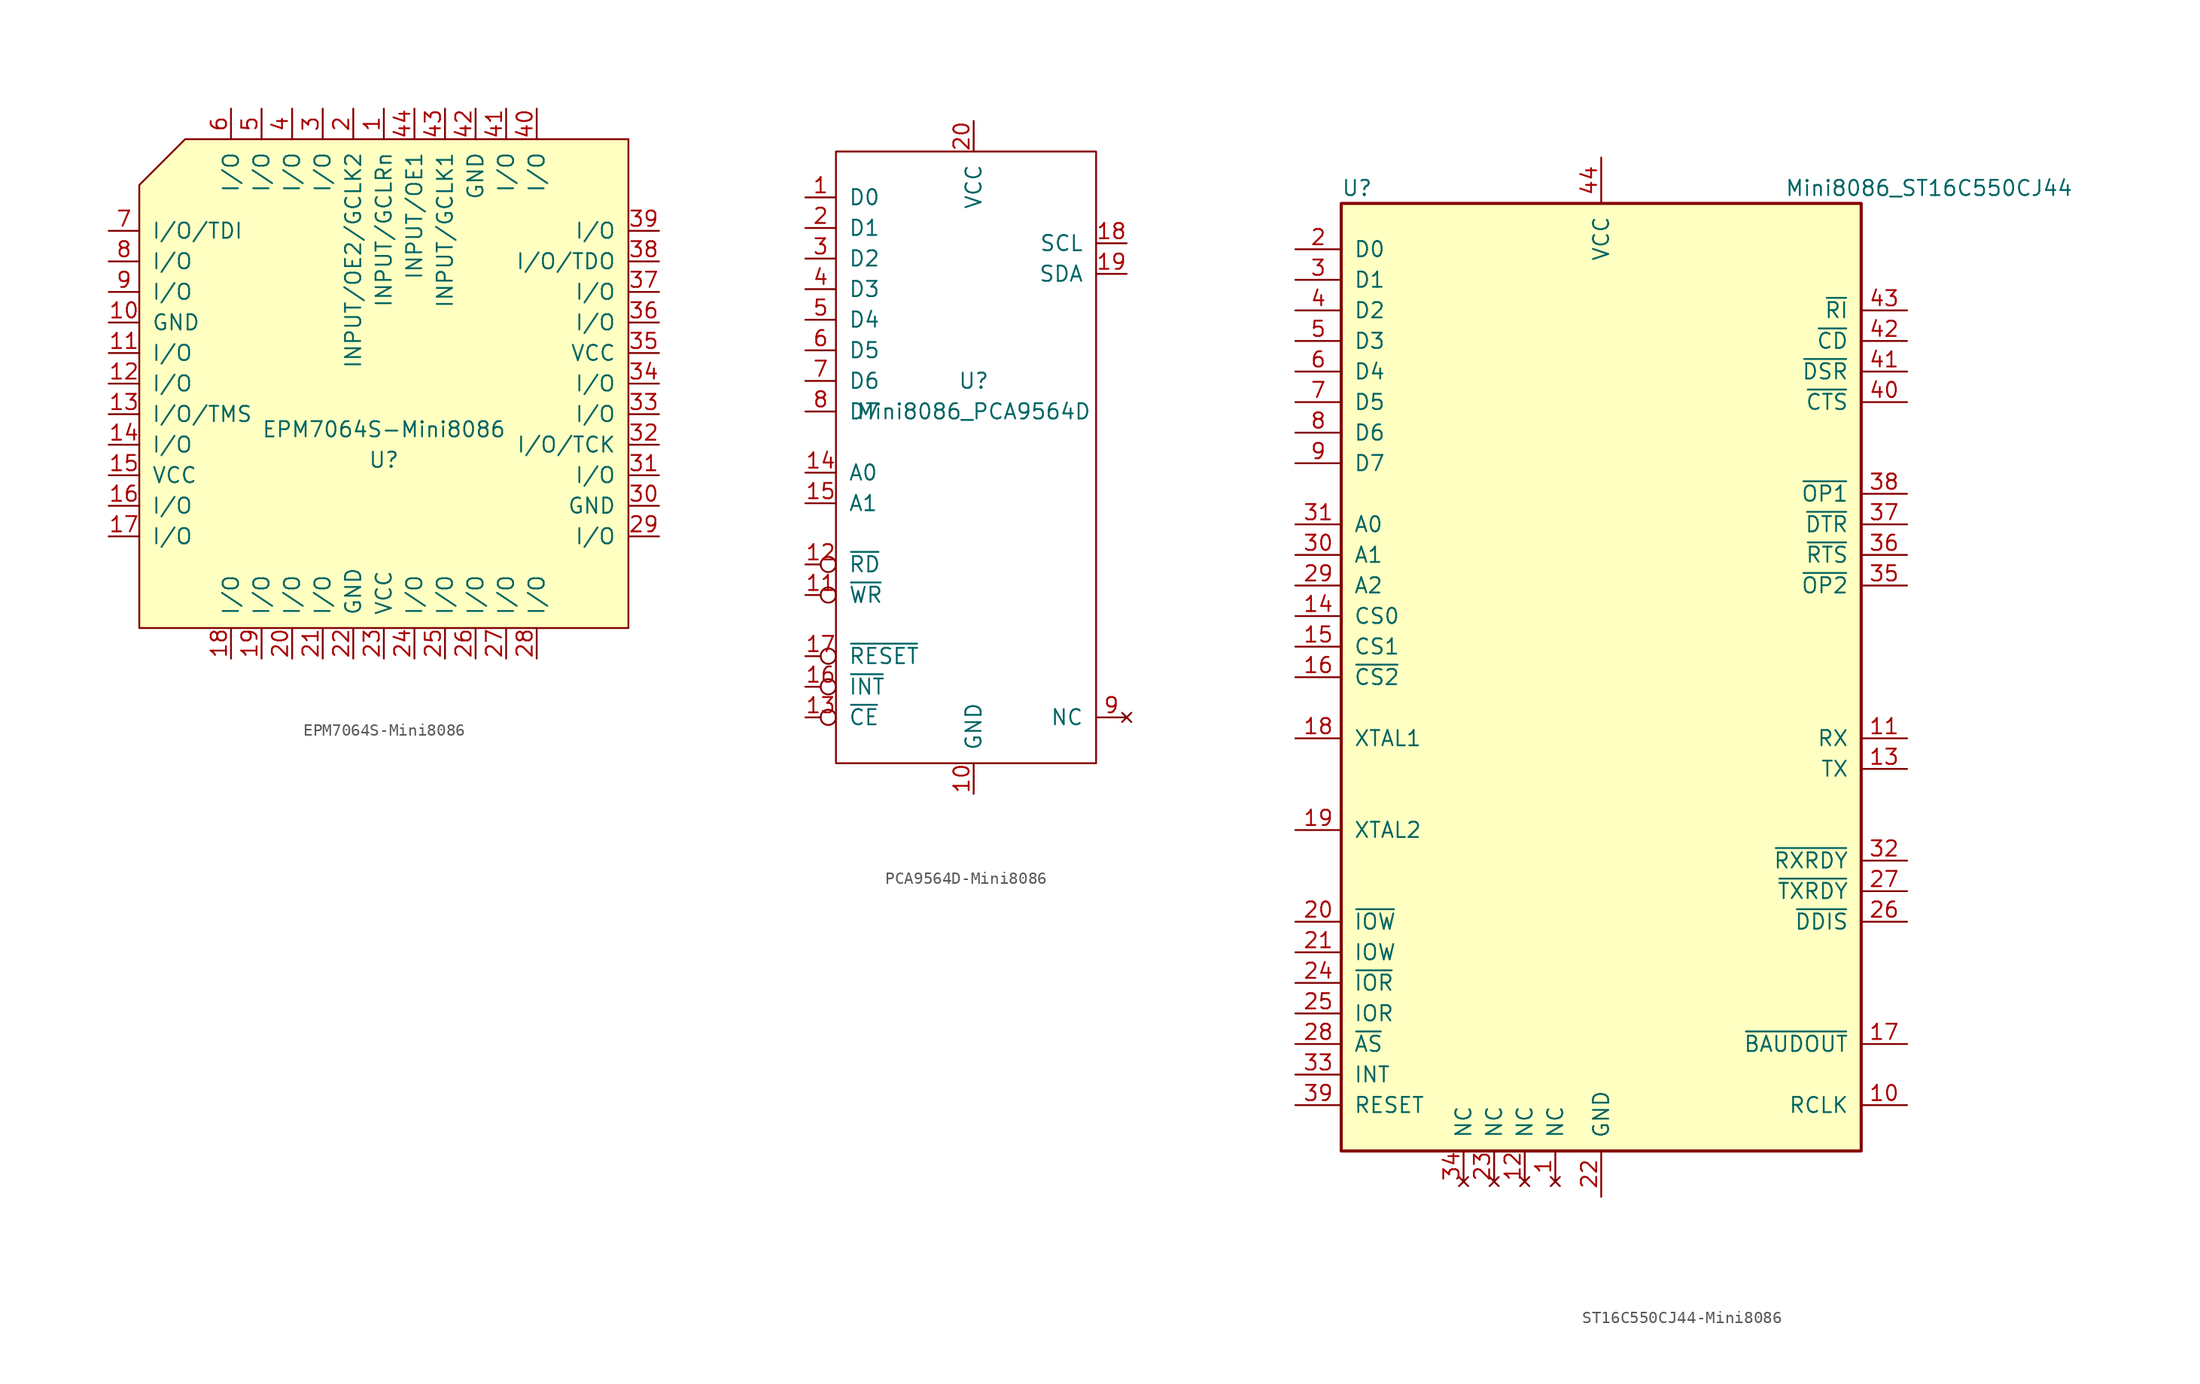
<source format=kicad_sym>
(kicad_symbol_lib
  (version 20220914)
  (generator kicad_symbol_editor)
  (symbol "EPM7064S-Mini8086"
    (pin_names
      (offset 1.016))
    (property "Reference" "U"
      (at 0 -6.35 0)
      (effects (font (size 1.27 1.27))))
    (property "Value" "EPM7064S-Mini8086"
      (at 0 -3.81 0)
      (effects (font (size 1.27 1.27))))
    (symbol "EPM7064S-Mini8086_0_1"
      (polyline (pts (xy 20.32 20.32) (xy 20.32 -20.32) (xy -20.32 -20.32) (xy -20.32 16.51) (xy -16.51 20.32) (xy 20.32 20.32)) (stroke (width 0) (type solid)) (fill (type background))))
    (symbol "EPM7064S-Mini8086_1_1"
      (pin input line (at 0 22.86 270) (length 2.54) (name "INPUT/GCLRn" (effects (font (size 1.27 1.27)))) (number "1" (effects (font (size 1.27 1.27)))))
      (pin power_in line (at -22.86 5.08 0) (length 2.54) (name "GND" (effects (font (size 1.27 1.27)))) (number "10" (effects (font (size 1.27 1.27)))))
      (pin bidirectional line (at -22.86 2.54 0) (length 2.54) (name "I/O" (effects (font (size 1.27 1.27)))) (number "11" (effects (font (size 1.27 1.27)))))
      (pin bidirectional line (at -22.86 0 0) (length 2.54) (name "I/O" (effects (font (size 1.27 1.27)))) (number "12" (effects (font (size 1.27 1.27)))))
      (pin bidirectional line (at -22.86 -2.54 0) (length 2.54) (name "I/O/TMS" (effects (font (size 1.27 1.27)))) (number "13" (effects (font (size 1.27 1.27)))))
      (pin bidirectional line (at -22.86 -5.08 0) (length 2.54) (name "I/O" (effects (font (size 1.27 1.27)))) (number "14" (effects (font (size 1.27 1.27)))))
      (pin power_in line (at -22.86 -7.62 0) (length 2.54) (name "VCC" (effects (font (size 1.27 1.27)))) (number "15" (effects (font (size 1.27 1.27)))))
      (pin bidirectional line (at -22.86 -10.16 0) (length 2.54) (name "I/O" (effects (font (size 1.27 1.27)))) (number "16" (effects (font (size 1.27 1.27)))))
      (pin bidirectional line (at -22.86 -12.7 0) (length 2.54) (name "I/O" (effects (font (size 1.27 1.27)))) (number "17" (effects (font (size 1.27 1.27)))))
      (pin input line (at -12.7 -22.86 90) (length 2.54) (name "I/O" (effects (font (size 1.27 1.27)))) (number "18" (effects (font (size 1.27 1.27)))))
      (pin input line (at -10.16 -22.86 90) (length 2.54) (name "I/O" (effects (font (size 1.27 1.27)))) (number "19" (effects (font (size 1.27 1.27)))))
      (pin input line (at -2.54 22.86 270) (length 2.54) (name "INPUT/OE2/GCLK2" (effects (font (size 1.27 1.27)))) (number "2" (effects (font (size 1.27 1.27)))))
      (pin input line (at -7.62 -22.86 90) (length 2.54) (name "I/O" (effects (font (size 1.27 1.27)))) (number "20" (effects (font (size 1.27 1.27)))))
      (pin input line (at -5.08 -22.86 90) (length 2.54) (name "I/O" (effects (font (size 1.27 1.27)))) (number "21" (effects (font (size 1.27 1.27)))))
      (pin power_in line (at -2.54 -22.86 90) (length 2.54) (name "GND" (effects (font (size 1.27 1.27)))) (number "22" (effects (font (size 1.27 1.27)))))
      (pin power_in line (at 0 -22.86 90) (length 2.54) (name "VCC" (effects (font (size 1.27 1.27)))) (number "23" (effects (font (size 1.27 1.27)))))
      (pin input line (at 2.54 -22.86 90) (length 2.54) (name "I/O" (effects (font (size 1.27 1.27)))) (number "24" (effects (font (size 1.27 1.27)))))
      (pin input line (at 5.08 -22.86 90) (length 2.54) (name "I/O" (effects (font (size 1.27 1.27)))) (number "25" (effects (font (size 1.27 1.27)))))
      (pin input line (at 7.62 -22.86 90) (length 2.54) (name "I/O" (effects (font (size 1.27 1.27)))) (number "26" (effects (font (size 1.27 1.27)))))
      (pin input line (at 10.16 -22.86 90) (length 2.54) (name "I/O" (effects (font (size 1.27 1.27)))) (number "27" (effects (font (size 1.27 1.27)))))
      (pin input line (at 12.7 -22.86 90) (length 2.54) (name "I/O" (effects (font (size 1.27 1.27)))) (number "28" (effects (font (size 1.27 1.27)))))
      (pin input line (at 22.86 -12.7 180) (length 2.54) (name "I/O" (effects (font (size 1.27 1.27)))) (number "29" (effects (font (size 1.27 1.27)))))
      (pin bidirectional line (at -5.08 22.86 270) (length 2.54) (name "I/O" (effects (font (size 1.27 1.27)))) (number "3" (effects (font (size 1.27 1.27)))))
      (pin power_in line (at 22.86 -10.16 180) (length 2.54) (name "GND" (effects (font (size 1.27 1.27)))) (number "30" (effects (font (size 1.27 1.27)))))
      (pin input line (at 22.86 -7.62 180) (length 2.54) (name "I/O" (effects (font (size 1.27 1.27)))) (number "31" (effects (font (size 1.27 1.27)))))
      (pin input line (at 22.86 -5.08 180) (length 2.54) (name "I/O/TCK" (effects (font (size 1.27 1.27)))) (number "32" (effects (font (size 1.27 1.27)))))
      (pin input line (at 22.86 -2.54 180) (length 2.54) (name "I/O" (effects (font (size 1.27 1.27)))) (number "33" (effects (font (size 1.27 1.27)))))
      (pin input line (at 22.86 0 180) (length 2.54) (name "I/O" (effects (font (size 1.27 1.27)))) (number "34" (effects (font (size 1.27 1.27)))))
      (pin power_in line (at 22.86 2.54 180) (length 2.54) (name "VCC" (effects (font (size 1.27 1.27)))) (number "35" (effects (font (size 1.27 1.27)))))
      (pin input line (at 22.86 5.08 180) (length 2.54) (name "I/O" (effects (font (size 1.27 1.27)))) (number "36" (effects (font (size 1.27 1.27)))))
      (pin input line (at 22.86 7.62 180) (length 2.54) (name "I/O" (effects (font (size 1.27 1.27)))) (number "37" (effects (font (size 1.27 1.27)))))
      (pin input line (at 22.86 10.16 180) (length 2.54) (name "I/O/TDO" (effects (font (size 1.27 1.27)))) (number "38" (effects (font (size 1.27 1.27)))))
      (pin input line (at 22.86 12.7 180) (length 2.54) (name "I/O" (effects (font (size 1.27 1.27)))) (number "39" (effects (font (size 1.27 1.27)))))
      (pin bidirectional line (at -7.62 22.86 270) (length 2.54) (name "I/O" (effects (font (size 1.27 1.27)))) (number "4" (effects (font (size 1.27 1.27)))))
      (pin input line (at 12.7 22.86 270) (length 2.54) (name "I/O" (effects (font (size 1.27 1.27)))) (number "40" (effects (font (size 1.27 1.27)))))
      (pin input line (at 10.16 22.86 270) (length 2.54) (name "I/O" (effects (font (size 1.27 1.27)))) (number "41" (effects (font (size 1.27 1.27)))))
      (pin power_in line (at 7.62 22.86 270) (length 2.54) (name "GND" (effects (font (size 1.27 1.27)))) (number "42" (effects (font (size 1.27 1.27)))))
      (pin input line (at 5.08 22.86 270) (length 2.54) (name "INPUT/GCLK1" (effects (font (size 1.27 1.27)))) (number "43" (effects (font (size 1.27 1.27)))))
      (pin input line (at 2.54 22.86 270) (length 2.54) (name "INPUT/OE1" (effects (font (size 1.27 1.27)))) (number "44" (effects (font (size 1.27 1.27)))))
      (pin bidirectional line (at -10.16 22.86 270) (length 2.54) (name "I/O" (effects (font (size 1.27 1.27)))) (number "5" (effects (font (size 1.27 1.27)))))
      (pin bidirectional line (at -12.7 22.86 270) (length 2.54) (name "I/O" (effects (font (size 1.27 1.27)))) (number "6" (effects (font (size 1.27 1.27)))))
      (pin bidirectional line (at -22.86 12.7 0) (length 2.54) (name "I/O/TDI" (effects (font (size 1.27 1.27)))) (number "7" (effects (font (size 1.27 1.27)))))
      (pin bidirectional line (at -22.86 10.16 0) (length 2.54) (name "I/O" (effects (font (size 1.27 1.27)))) (number "8" (effects (font (size 1.27 1.27)))))
      (pin bidirectional line (at -22.86 7.62 0) (length 2.54) (name "I/O" (effects (font (size 1.27 1.27)))) (number "9" (effects (font (size 1.27 1.27)))))))
  (symbol "PCA9564D-Mini8086"
    (pin_names
      (offset 1.016))
    (property "Reference" "U"
      (at 0 2.54 0)
      (effects (font (size 1.27 1.27))))
    (property "Value" "Mini8086_PCA9564D"
      (at 0 0 0)
      (effects (font (size 1.27 1.27))))
    (symbol "PCA9564D-Mini8086_0_1"
      (rectangle (start -11.43 21.59) (end 10.16 -29.21) (stroke (width 0) (type solid)) (fill (type none))))
    (symbol "PCA9564D-Mini8086_1_1"
      (pin bidirectional line (at -13.97 17.78 0) (length 2.54) (name "D0" (effects (font (size 1.27 1.27)))) (number "1" (effects (font (size 1.27 1.27)))))
      (pin power_in line (at 0 -31.75 90) (length 2.54) (name "GND" (effects (font (size 1.27 1.27)))) (number "10" (effects (font (size 1.27 1.27)))))
      (pin input inverted (at -13.97 -15.24 0) (length 2.54) (name "~{WR}" (effects (font (size 1.27 1.27)))) (number "11" (effects (font (size 1.27 1.27)))))
      (pin input inverted (at -13.97 -12.7 0) (length 2.54) (name "~{RD}" (effects (font (size 1.27 1.27)))) (number "12" (effects (font (size 1.27 1.27)))))
      (pin input inverted (at -13.97 -25.4 0) (length 2.54) (name "~{CE}" (effects (font (size 1.27 1.27)))) (number "13" (effects (font (size 1.27 1.27)))))
      (pin input line (at -13.97 -5.08 0) (length 2.54) (name "A0" (effects (font (size 1.27 1.27)))) (number "14" (effects (font (size 1.27 1.27)))))
      (pin input line (at -13.97 -7.62 0) (length 2.54) (name "A1" (effects (font (size 1.27 1.27)))) (number "15" (effects (font (size 1.27 1.27)))))
      (pin output inverted (at -13.97 -22.86 0) (length 2.54) (name "~{INT}" (effects (font (size 1.27 1.27)))) (number "16" (effects (font (size 1.27 1.27)))))
      (pin input inverted (at -13.97 -20.32 0) (length 2.54) (name "~{RESET}" (effects (font (size 1.27 1.27)))) (number "17" (effects (font (size 1.27 1.27)))))
      (pin bidirectional line (at 12.7 13.97 180) (length 2.54) (name "SCL" (effects (font (size 1.27 1.27)))) (number "18" (effects (font (size 1.27 1.27)))))
      (pin bidirectional line (at 12.7 11.43 180) (length 2.54) (name "SDA" (effects (font (size 1.27 1.27)))) (number "19" (effects (font (size 1.27 1.27)))))
      (pin bidirectional line (at -13.97 15.24 0) (length 2.54) (name "D1" (effects (font (size 1.27 1.27)))) (number "2" (effects (font (size 1.27 1.27)))))
      (pin power_in line (at 0 24.13 270) (length 2.54) (name "VCC" (effects (font (size 1.27 1.27)))) (number "20" (effects (font (size 1.27 1.27)))))
      (pin bidirectional line (at -13.97 12.7 0) (length 2.54) (name "D2" (effects (font (size 1.27 1.27)))) (number "3" (effects (font (size 1.27 1.27)))))
      (pin bidirectional line (at -13.97 10.16 0) (length 2.54) (name "D3" (effects (font (size 1.27 1.27)))) (number "4" (effects (font (size 1.27 1.27)))))
      (pin bidirectional line (at -13.97 7.62 0) (length 2.54) (name "D4" (effects (font (size 1.27 1.27)))) (number "5" (effects (font (size 1.27 1.27)))))
      (pin bidirectional line (at -13.97 5.08 0) (length 2.54) (name "D5" (effects (font (size 1.27 1.27)))) (number "6" (effects (font (size 1.27 1.27)))))
      (pin bidirectional line (at -13.97 2.54 0) (length 2.54) (name "D6" (effects (font (size 1.27 1.27)))) (number "7" (effects (font (size 1.27 1.27)))))
      (pin bidirectional line (at -13.97 0 0) (length 2.54) (name "D7" (effects (font (size 1.27 1.27)))) (number "8" (effects (font (size 1.27 1.27)))))
      (pin no_connect line (at 12.7 -25.4 180) (length 2.54) (name "NC" (effects (font (size 1.27 1.27)))) (number "9" (effects (font (size 1.27 1.27)))))))
  (symbol "ST16C550CJ44-Mini8086"
    (pin_names
      (offset 1.016))
    (property "Reference" "U"
      (at -21.59 40.64 0)
      (effects (font (size 1.27 1.27)) (justify left)))
    (property "Value" "Mini8086_ST16C550CJ44"
      (at 15.24 40.64 0)
      (effects (font (size 1.27 1.27)) (justify left)))
    (symbol "ST16C550CJ44-Mini8086_0_1"
      (rectangle (start -21.59 -39.37) (end 21.59 39.37) (stroke (width 0.254) (type solid)) (fill (type background))))
    (symbol "ST16C550CJ44-Mini8086_1_1"
      (pin no_connect line (at -3.81 -41.91 90) (length 2.54) (name "NC" (effects (font (size 1.27 1.27)))) (number "1" (effects (font (size 1.27 1.27)))))
      (pin input line (at 25.4 -35.56 180) (length 3.81) (name "RCLK" (effects (font (size 1.27 1.27)))) (number "10" (effects (font (size 1.27 1.27)))))
      (pin input line (at 25.4 -5.08 180) (length 3.81) (name "RX" (effects (font (size 1.27 1.27)))) (number "11" (effects (font (size 1.27 1.27)))))
      (pin no_connect line (at -6.35 -41.91 90) (length 2.54) (name "NC" (effects (font (size 1.27 1.27)))) (number "12" (effects (font (size 1.27 1.27)))))
      (pin output line (at 25.4 -7.62 180) (length 3.81) (name "TX" (effects (font (size 1.27 1.27)))) (number "13" (effects (font (size 1.27 1.27)))))
      (pin input line (at -25.4 5.08 0) (length 3.81) (name "CS0" (effects (font (size 1.27 1.27)))) (number "14" (effects (font (size 1.27 1.27)))))
      (pin input line (at -25.4 2.54 0) (length 3.81) (name "CS1" (effects (font (size 1.27 1.27)))) (number "15" (effects (font (size 1.27 1.27)))))
      (pin input line (at -25.4 0 0) (length 3.81) (name "~{CS2}" (effects (font (size 1.27 1.27)))) (number "16" (effects (font (size 1.27 1.27)))))
      (pin output line (at 25.4 -30.48 180) (length 3.81) (name "~{BAUDOUT}" (effects (font (size 1.27 1.27)))) (number "17" (effects (font (size 1.27 1.27)))))
      (pin input line (at -25.4 -5.08 0) (length 3.81) (name "XTAL1" (effects (font (size 1.27 1.27)))) (number "18" (effects (font (size 1.27 1.27)))))
      (pin output line (at -25.4 -12.7 0) (length 3.81) (name "XTAL2" (effects (font (size 1.27 1.27)))) (number "19" (effects (font (size 1.27 1.27)))))
      (pin bidirectional line (at -25.4 35.56 0) (length 3.81) (name "D0" (effects (font (size 1.27 1.27)))) (number "2" (effects (font (size 1.27 1.27)))))
      (pin input line (at -25.4 -20.32 0) (length 3.81) (name "~{IOW}" (effects (font (size 1.27 1.27)))) (number "20" (effects (font (size 1.27 1.27)))))
      (pin input line (at -25.4 -22.86 0) (length 3.81) (name "IOW" (effects (font (size 1.27 1.27)))) (number "21" (effects (font (size 1.27 1.27)))))
      (pin power_in line (at 0 -43.18 90) (length 3.81) (name "GND" (effects (font (size 1.27 1.27)))) (number "22" (effects (font (size 1.27 1.27)))))
      (pin no_connect line (at -8.89 -41.91 90) (length 2.54) (name "NC" (effects (font (size 1.27 1.27)))) (number "23" (effects (font (size 1.27 1.27)))))
      (pin input line (at -25.4 -25.4 0) (length 3.81) (name "~{IOR}" (effects (font (size 1.27 1.27)))) (number "24" (effects (font (size 1.27 1.27)))))
      (pin input line (at -25.4 -27.94 0) (length 3.81) (name "IOR" (effects (font (size 1.27 1.27)))) (number "25" (effects (font (size 1.27 1.27)))))
      (pin output line (at 25.4 -20.32 180) (length 3.81) (name "~{DDIS}" (effects (font (size 1.27 1.27)))) (number "26" (effects (font (size 1.27 1.27)))))
      (pin output line (at 25.4 -17.78 180) (length 3.81) (name "~{TXRDY}" (effects (font (size 1.27 1.27)))) (number "27" (effects (font (size 1.27 1.27)))))
      (pin input line (at -25.4 -30.48 0) (length 3.81) (name "~{AS}" (effects (font (size 1.27 1.27)))) (number "28" (effects (font (size 1.27 1.27)))))
      (pin input line (at -25.4 7.62 0) (length 3.81) (name "A2" (effects (font (size 1.27 1.27)))) (number "29" (effects (font (size 1.27 1.27)))))
      (pin bidirectional line (at -25.4 33.02 0) (length 3.81) (name "D1" (effects (font (size 1.27 1.27)))) (number "3" (effects (font (size 1.27 1.27)))))
      (pin input line (at -25.4 10.16 0) (length 3.81) (name "A1" (effects (font (size 1.27 1.27)))) (number "30" (effects (font (size 1.27 1.27)))))
      (pin input line (at -25.4 12.7 0) (length 3.81) (name "A0" (effects (font (size 1.27 1.27)))) (number "31" (effects (font (size 1.27 1.27)))))
      (pin output line (at 25.4 -15.24 180) (length 3.81) (name "~{RXRDY}" (effects (font (size 1.27 1.27)))) (number "32" (effects (font (size 1.27 1.27)))))
      (pin output line (at -25.4 -33.02 0) (length 3.81) (name "INT" (effects (font (size 1.27 1.27)))) (number "33" (effects (font (size 1.27 1.27)))))
      (pin no_connect line (at -11.43 -41.91 90) (length 2.54) (name "NC" (effects (font (size 1.27 1.27)))) (number "34" (effects (font (size 1.27 1.27)))))
      (pin output line (at 25.4 7.62 180) (length 3.81) (name "~{OP2}" (effects (font (size 1.27 1.27)))) (number "35" (effects (font (size 1.27 1.27)))))
      (pin output line (at 25.4 10.16 180) (length 3.81) (name "~{RTS}" (effects (font (size 1.27 1.27)))) (number "36" (effects (font (size 1.27 1.27)))))
      (pin output line (at 25.4 12.7 180) (length 3.81) (name "~{DTR}" (effects (font (size 1.27 1.27)))) (number "37" (effects (font (size 1.27 1.27)))))
      (pin output line (at 25.4 15.24 180) (length 3.81) (name "~{OP1}" (effects (font (size 1.27 1.27)))) (number "38" (effects (font (size 1.27 1.27)))))
      (pin input line (at -25.4 -35.56 0) (length 3.81) (name "RESET" (effects (font (size 1.27 1.27)))) (number "39" (effects (font (size 1.27 1.27)))))
      (pin bidirectional line (at -25.4 30.48 0) (length 3.81) (name "D2" (effects (font (size 1.27 1.27)))) (number "4" (effects (font (size 1.27 1.27)))))
      (pin input line (at 25.4 22.86 180) (length 3.81) (name "~{CTS}" (effects (font (size 1.27 1.27)))) (number "40" (effects (font (size 1.27 1.27)))))
      (pin input line (at 25.4 25.4 180) (length 3.81) (name "~{DSR}" (effects (font (size 1.27 1.27)))) (number "41" (effects (font (size 1.27 1.27)))))
      (pin input line (at 25.4 27.94 180) (length 3.81) (name "~{CD}" (effects (font (size 1.27 1.27)))) (number "42" (effects (font (size 1.27 1.27)))))
      (pin input line (at 25.4 30.48 180) (length 3.81) (name "~{RI}" (effects (font (size 1.27 1.27)))) (number "43" (effects (font (size 1.27 1.27)))))
      (pin power_in line (at 0 43.18 270) (length 3.81) (name "VCC" (effects (font (size 1.27 1.27)))) (number "44" (effects (font (size 1.27 1.27)))))
      (pin bidirectional line (at -25.4 27.94 0) (length 3.81) (name "D3" (effects (font (size 1.27 1.27)))) (number "5" (effects (font (size 1.27 1.27)))))
      (pin bidirectional line (at -25.4 25.4 0) (length 3.81) (name "D4" (effects (font (size 1.27 1.27)))) (number "6" (effects (font (size 1.27 1.27)))))
      (pin bidirectional line (at -25.4 22.86 0) (length 3.81) (name "D5" (effects (font (size 1.27 1.27)))) (number "7" (effects (font (size 1.27 1.27)))))
      (pin bidirectional line (at -25.4 20.32 0) (length 3.81) (name "D6" (effects (font (size 1.27 1.27)))) (number "8" (effects (font (size 1.27 1.27)))))
      (pin bidirectional line (at -25.4 17.78 0) (length 3.81) (name "D7" (effects (font (size 1.27 1.27)))) (number "9" (effects (font (size 1.27 1.27))))))))
</source>
